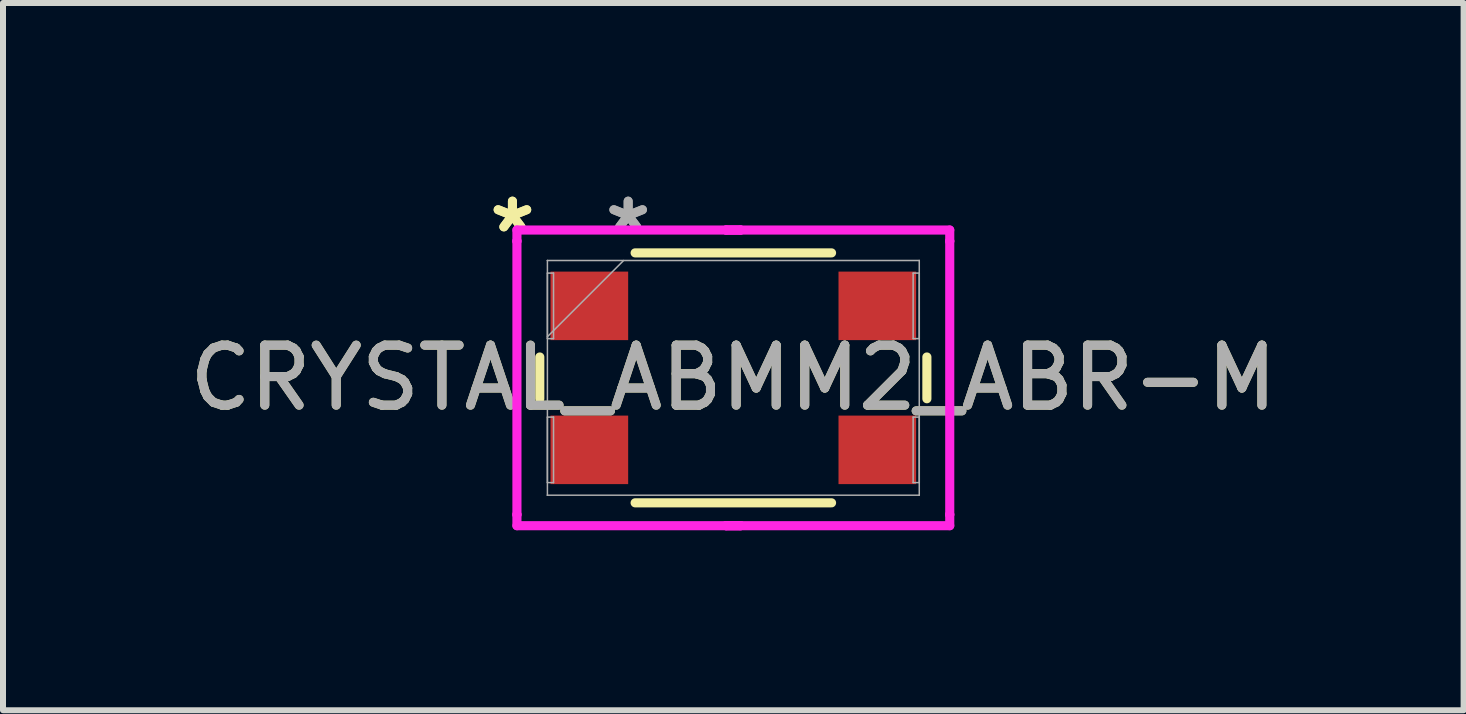
<source format=kicad_pcb>
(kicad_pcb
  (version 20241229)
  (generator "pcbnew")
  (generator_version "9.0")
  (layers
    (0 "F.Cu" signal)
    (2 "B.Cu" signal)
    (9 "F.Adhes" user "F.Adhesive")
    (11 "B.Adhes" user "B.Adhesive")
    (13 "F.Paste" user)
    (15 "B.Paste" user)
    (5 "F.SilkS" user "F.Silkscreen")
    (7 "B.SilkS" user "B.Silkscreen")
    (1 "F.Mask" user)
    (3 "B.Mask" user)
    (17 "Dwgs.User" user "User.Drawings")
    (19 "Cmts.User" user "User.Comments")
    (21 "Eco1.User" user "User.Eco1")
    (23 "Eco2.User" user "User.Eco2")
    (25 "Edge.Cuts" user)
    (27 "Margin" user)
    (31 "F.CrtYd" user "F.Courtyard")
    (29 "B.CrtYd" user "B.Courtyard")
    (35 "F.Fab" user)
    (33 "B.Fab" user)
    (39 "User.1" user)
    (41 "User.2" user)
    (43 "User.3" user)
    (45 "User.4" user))
  (footprint "CRYSTAL_ABMM2_ABR-M"
    (layer "F.Cu")
    (at 9.173 3.248)
    (property "Reference" "CRYSTAL_ABMM2_ABR-M" (at 0 0 0) (unlocked yes) (layer "F.SilkS") (effects (font (size 1 1) (thickness 0.15))))
    (attr smd)
    (fp_line (start -3.226 -0.348) (end -3.226 0.348) (stroke (width 0.152) (type solid)) (layer "F.SilkS"))
    (fp_line (start -1.637 2.083) (end 1.637 2.083) (stroke (width 0.152) (type solid)) (layer "F.SilkS"))
    (fp_line (start 1.637 -2.083) (end -1.637 -2.083) (stroke (width 0.152) (type solid)) (layer "F.SilkS"))
    (fp_line (start 3.226 0.348) (end 3.226 -0.348) (stroke (width 0.152) (type solid)) (layer "F.SilkS"))
    (fp_line (start -3.607 -2.464) (end 0.121 -2.464) (stroke (width 0.152) (type solid)) (layer "F.CrtYd"))
    (fp_line (start -3.607 -2.279) (end -3.607 -2.464) (stroke (width 0.152) (type solid)) (layer "F.CrtYd"))
    (fp_line (start -3.607 -2.279) (end -3.607 -2.279) (stroke (width 0.152) (type solid)) (layer "F.CrtYd"))
    (fp_line (start -3.607 2.279) (end -3.607 -2.279) (stroke (width 0.152) (type solid)) (layer "F.CrtYd"))
    (fp_line (start -3.607 2.279) (end -3.607 2.279) (stroke (width 0.152) (type solid)) (layer "F.CrtYd"))
    (fp_line (start -3.607 2.464) (end -3.607 2.279) (stroke (width 0.152) (type solid)) (layer "F.CrtYd"))
    (fp_line (start -0.121 -2.464) (end -0.121 -2.464) (stroke (width 0.152) (type solid)) (layer "F.CrtYd"))
    (fp_line (start -0.121 -2.464) (end 3.607 -2.464) (stroke (width 0.152) (type solid)) (layer "F.CrtYd"))
    (fp_line (start -0.121 2.464) (end -0.121 2.464) (stroke (width 0.152) (type solid)) (layer "F.CrtYd"))
    (fp_line (start -0.121 2.464) (end 0.121 2.464) (stroke (width 0.152) (type solid)) (layer "F.CrtYd"))
    (fp_line (start 0.121 -2.464) (end -0.121 -2.464) (stroke (width 0.152) (type solid)) (layer "F.CrtYd"))
    (fp_line (start 0.121 -2.464) (end 0.121 -2.464) (stroke (width 0.152) (type solid)) (layer "F.CrtYd"))
    (fp_line (start 0.121 2.464) (end -3.607 2.464) (stroke (width 0.152) (type solid)) (layer "F.CrtYd"))
    (fp_line (start 0.121 2.464) (end 0.121 2.464) (stroke (width 0.152) (type solid)) (layer "F.CrtYd"))
    (fp_line (start 3.607 -2.464) (end 3.607 -2.279) (stroke (width 0.152) (type solid)) (layer "F.CrtYd"))
    (fp_line (start 3.607 -2.279) (end 3.607 -2.279) (stroke (width 0.152) (type solid)) (layer "F.CrtYd"))
    (fp_line (start 3.607 -2.279) (end 3.607 2.279) (stroke (width 0.152) (type solid)) (layer "F.CrtYd"))
    (fp_line (start 3.607 2.279) (end 3.607 2.279) (stroke (width 0.152) (type solid)) (layer "F.CrtYd"))
    (fp_line (start 3.607 2.279) (end 3.607 2.464) (stroke (width 0.152) (type solid)) (layer "F.CrtYd"))
    (fp_line (start 3.607 2.464) (end -0.121 2.464) (stroke (width 0.152) (type solid)) (layer "F.CrtYd"))
    (fp_line (start -3.099 -1.956) (end -3.099 -1.956) (stroke (width 0.025) (type solid)) (layer "F.Fab"))
    (fp_line (start -3.099 -1.956) (end -3.099 1.956) (stroke (width 0.025) (type solid)) (layer "F.Fab"))
    (fp_line (start -3.099 -1.746) (end -2.997 -1.746) (stroke (width 0.025) (type solid)) (layer "F.Fab"))
    (fp_line (start -3.099 -0.686) (end -1.829 -1.956) (stroke (width 0.025) (type solid)) (layer "F.Fab"))
    (fp_line (start -3.099 -0.654) (end -3.099 -1.746) (stroke (width 0.025) (type solid)) (layer "F.Fab"))
    (fp_line (start -3.099 0.654) (end -2.997 0.654) (stroke (width 0.025) (type solid)) (layer "F.Fab"))
    (fp_line (start -3.099 1.746) (end -3.099 0.654) (stroke (width 0.025) (type solid)) (layer "F.Fab"))
    (fp_line (start -3.099 1.956) (end -3.099 1.956) (stroke (width 0.025) (type solid)) (layer "F.Fab"))
    (fp_line (start -3.099 1.956) (end 3.099 1.956) (stroke (width 0.025) (type solid)) (layer "F.Fab"))
    (fp_line (start -2.997 -1.746) (end -2.997 -0.654) (stroke (width 0.025) (type solid)) (layer "F.Fab"))
    (fp_line (start -2.997 -0.654) (end -3.099 -0.654) (stroke (width 0.025) (type solid)) (layer "F.Fab"))
    (fp_line (start -2.997 0.654) (end -2.997 1.746) (stroke (width 0.025) (type solid)) (layer "F.Fab"))
    (fp_line (start -2.997 1.746) (end -3.099 1.746) (stroke (width 0.025) (type solid)) (layer "F.Fab"))
    (fp_line (start 2.997 -1.746) (end 3.099 -1.746) (stroke (width 0.025) (type solid)) (layer "F.Fab"))
    (fp_line (start 2.997 -0.654) (end 2.997 -1.746) (stroke (width 0.025) (type solid)) (layer "F.Fab"))
    (fp_line (start 2.997 0.654) (end 3.099 0.654) (stroke (width 0.025) (type solid)) (layer "F.Fab"))
    (fp_line (start 2.997 1.746) (end 2.997 0.654) (stroke (width 0.025) (type solid)) (layer "F.Fab"))
    (fp_line (start 3.099 -1.956) (end -3.099 -1.956) (stroke (width 0.025) (type solid)) (layer "F.Fab"))
    (fp_line (start 3.099 -1.956) (end 3.099 -1.956) (stroke (width 0.025) (type solid)) (layer "F.Fab"))
    (fp_line (start 3.099 -1.746) (end 3.099 -0.654) (stroke (width 0.025) (type solid)) (layer "F.Fab"))
    (fp_line (start 3.099 -0.654) (end 2.997 -0.654) (stroke (width 0.025) (type solid)) (layer "F.Fab"))
    (fp_line (start 3.099 0.654) (end 3.099 1.746) (stroke (width 0.025) (type solid)) (layer "F.Fab"))
    (fp_line (start 3.099 1.746) (end 2.997 1.746) (stroke (width 0.025) (type solid)) (layer "F.Fab"))
    (fp_line (start 3.099 1.956) (end 3.099 -1.956) (stroke (width 0.025) (type solid)) (layer "F.Fab"))
    (fp_line (start 3.099 1.956) (end 3.099 1.956) (stroke (width 0.025) (type solid)) (layer "F.Fab"))
    (fp_text user "*" (at -3.682 -2.4 0) (layer "F.SilkS") (effects (font (size 1 1) (thickness 0.15))))
    (fp_text user "*" (at -3.682 -2.4 0) (unlocked yes) (layer "F.SilkS") (effects (font (size 1 1) (thickness 0.15))))
    (fp_text user "${REFERENCE}" (at 0 0 0) (unlocked yes) (layer "F.Fab") (effects (font (size 1 1) (thickness 0.15))))
    (fp_text user "*" (at -1.753 -2.4 0) (layer "F.Fab") (effects (font (size 1 1) (thickness 0.15))))
    (fp_text user "*" (at -1.753 -2.4 0) (unlocked yes) (layer "F.Fab") (effects (font (size 1 1) (thickness 0.15))))
    (pad "1" smd rect (at -2.4 -1.2 90) (size 1.142 1.294) (layers "F.Cu" "F.Mask" "F.Paste"))
    (pad "2" smd rect (at -2.4 1.2 90) (size 1.142 1.294) (layers "F.Cu" "F.Mask" "F.Paste"))
    (pad "3" smd rect (at 2.4 1.2 90) (size 1.142 1.294) (layers "F.Cu" "F.Mask" "F.Paste"))
    (pad "4" smd rect (at 2.4 -1.2 90) (size 1.142 1.294) (layers "F.Cu" "F.Mask" "F.Paste")))
  (gr_rect
    (start -3 -3)
    (end 21.345 8.788)
    (stroke (width 0.1) (type default))
    (fill no)
    (layer "Edge.Cuts")))
</source>
